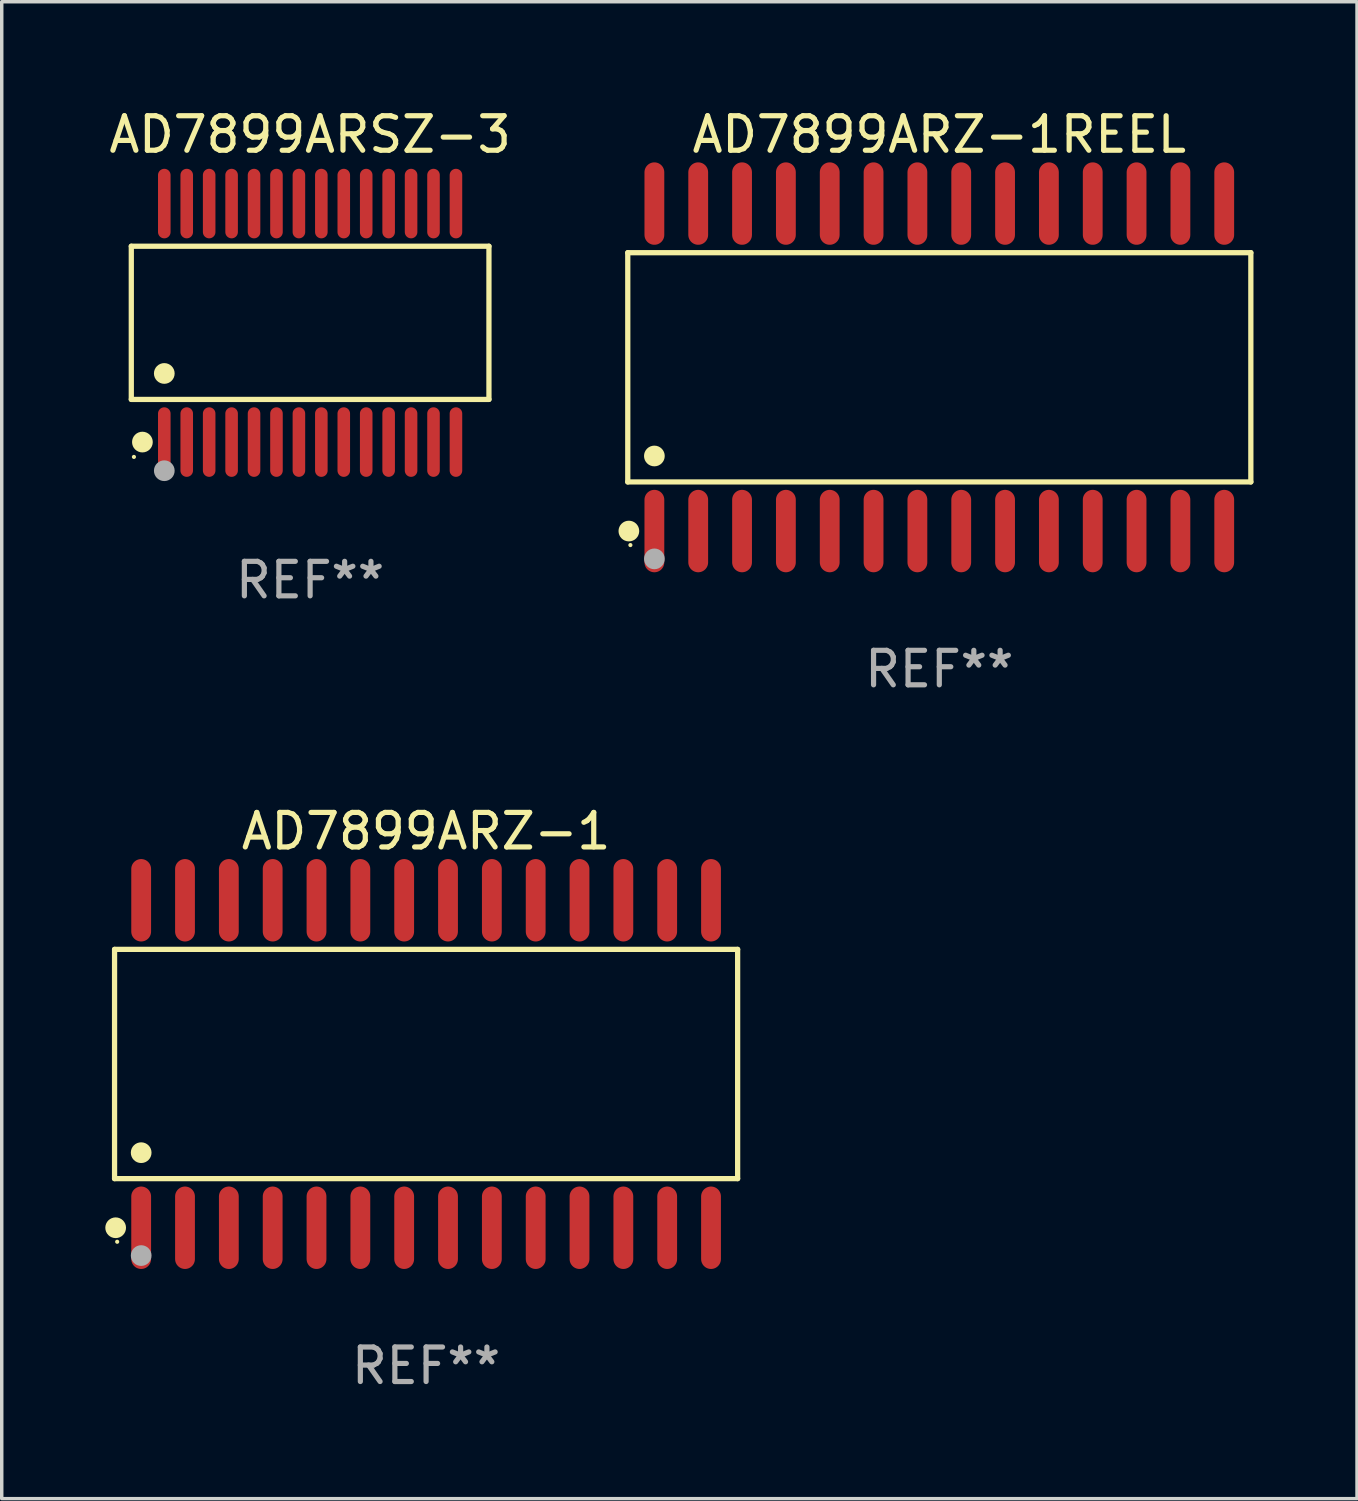
<source format=kicad_pcb>
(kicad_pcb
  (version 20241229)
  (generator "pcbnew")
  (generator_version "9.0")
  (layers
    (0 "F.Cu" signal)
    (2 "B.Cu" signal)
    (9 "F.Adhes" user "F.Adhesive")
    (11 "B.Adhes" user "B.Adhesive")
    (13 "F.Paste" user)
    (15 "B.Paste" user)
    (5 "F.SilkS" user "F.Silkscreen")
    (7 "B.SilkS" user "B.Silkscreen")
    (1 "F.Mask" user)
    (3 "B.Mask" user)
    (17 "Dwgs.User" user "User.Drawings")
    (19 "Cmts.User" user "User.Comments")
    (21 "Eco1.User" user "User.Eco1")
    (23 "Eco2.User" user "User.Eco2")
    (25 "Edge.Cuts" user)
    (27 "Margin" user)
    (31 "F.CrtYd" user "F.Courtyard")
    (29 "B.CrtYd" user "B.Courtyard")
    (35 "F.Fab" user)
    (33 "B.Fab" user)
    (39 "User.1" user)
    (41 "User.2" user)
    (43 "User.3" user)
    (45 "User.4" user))
  (footprint "AD7899ARZ-1REEL"
    (layer "F.Cu")
    (at 24.164 7.592)
    (property "Reference" "AD7899ARZ-1REEL" (at 0 -6.744 0) (layer "F.SilkS") (effects (font (size 1 1) (thickness 0.15))))
    (attr through_hole)
    (fp_line (start -9.026 -3.321) (end 9.026 -3.321) (stroke (width 0.152) (type solid)) (layer "F.SilkS"))
    (fp_line (start -9.026 3.321) (end -9.026 -3.321) (stroke (width 0.152) (type solid)) (layer "F.SilkS"))
    (fp_line (start 9.026 -3.321) (end 9.026 3.321) (stroke (width 0.152) (type solid)) (layer "F.SilkS"))
    (fp_line (start 9.026 3.321) (end -9.026 3.321) (stroke (width 0.152) (type solid)) (layer "F.SilkS"))
    (fp_circle (center -8.994 4.744) (end -8.844 4.744) (stroke (width 0.3) (type solid)) (fill no) (layer "F.SilkS"))
    (fp_circle (center -8.95 5.15) (end -8.92 5.15) (stroke (width 0.06) (type solid)) (fill no) (layer "F.SilkS"))
    (fp_circle (center -8.255 2.569) (end -8.105 2.569) (stroke (width 0.3) (type solid)) (fill no) (layer "F.SilkS"))
    (fp_circle (center -8.255 5.55) (end -8.105 5.55) (stroke (width 0.3) (type solid)) (fill no) (layer "F.Fab"))
    (fp_text user "REF**" (at 0 8.744 0) (layer "F.Fab") (effects (font (size 1 1) (thickness 0.15))))
    (pad "1" smd oval (at -8.255 4.744) (size 0.574 2.388) (layers "F.Cu" "F.Mask" "F.Paste"))
    (pad "2" smd oval (at -6.985 4.744) (size 0.574 2.388) (layers "F.Cu" "F.Mask" "F.Paste"))
    (pad "3" smd oval (at -5.715 4.744) (size 0.574 2.388) (layers "F.Cu" "F.Mask" "F.Paste"))
    (pad "4" smd oval (at -4.445 4.744) (size 0.574 2.388) (layers "F.Cu" "F.Mask" "F.Paste"))
    (pad "5" smd oval (at -3.175 4.744) (size 0.574 2.388) (layers "F.Cu" "F.Mask" "F.Paste"))
    (pad "6" smd oval (at -1.905 4.744) (size 0.574 2.388) (layers "F.Cu" "F.Mask" "F.Paste"))
    (pad "7" smd oval (at -0.635 4.744) (size 0.574 2.388) (layers "F.Cu" "F.Mask" "F.Paste"))
    (pad "8" smd oval (at 0.635 4.744) (size 0.574 2.388) (layers "F.Cu" "F.Mask" "F.Paste"))
    (pad "9" smd oval (at 1.905 4.744) (size 0.574 2.388) (layers "F.Cu" "F.Mask" "F.Paste"))
    (pad "10" smd oval (at 3.175 4.744) (size 0.574 2.388) (layers "F.Cu" "F.Mask" "F.Paste"))
    (pad "11" smd oval (at 4.445 4.744) (size 0.574 2.388) (layers "F.Cu" "F.Mask" "F.Paste"))
    (pad "12" smd oval (at 5.715 4.744) (size 0.574 2.388) (layers "F.Cu" "F.Mask" "F.Paste"))
    (pad "13" smd oval (at 6.985 4.744) (size 0.574 2.388) (layers "F.Cu" "F.Mask" "F.Paste"))
    (pad "14" smd oval (at 8.255 4.744) (size 0.574 2.388) (layers "F.Cu" "F.Mask" "F.Paste"))
    (pad "15" smd oval (at 8.255 -4.744) (size 0.574 2.388) (layers "F.Cu" "F.Mask" "F.Paste"))
    (pad "16" smd oval (at 6.985 -4.744) (size 0.574 2.388) (layers "F.Cu" "F.Mask" "F.Paste"))
    (pad "17" smd oval (at 5.715 -4.744) (size 0.574 2.388) (layers "F.Cu" "F.Mask" "F.Paste"))
    (pad "18" smd oval (at 4.445 -4.744) (size 0.574 2.388) (layers "F.Cu" "F.Mask" "F.Paste"))
    (pad "19" smd oval (at 3.175 -4.744) (size 0.574 2.388) (layers "F.Cu" "F.Mask" "F.Paste"))
    (pad "20" smd oval (at 1.905 -4.744) (size 0.574 2.388) (layers "F.Cu" "F.Mask" "F.Paste"))
    (pad "21" smd oval (at 0.635 -4.744) (size 0.574 2.388) (layers "F.Cu" "F.Mask" "F.Paste"))
    (pad "22" smd oval (at -0.635 -4.744) (size 0.574 2.388) (layers "F.Cu" "F.Mask" "F.Paste"))
    (pad "23" smd oval (at -1.905 -4.744) (size 0.574 2.388) (layers "F.Cu" "F.Mask" "F.Paste"))
    (pad "24" smd oval (at -3.175 -4.744) (size 0.574 2.388) (layers "F.Cu" "F.Mask" "F.Paste"))
    (pad "25" smd oval (at -4.445 -4.744) (size 0.574 2.388) (layers "F.Cu" "F.Mask" "F.Paste"))
    (pad "26" smd oval (at -5.715 -4.744) (size 0.574 2.388) (layers "F.Cu" "F.Mask" "F.Paste"))
    (pad "27" smd oval (at -6.985 -4.744) (size 0.574 2.388) (layers "F.Cu" "F.Mask" "F.Paste"))
    (pad "28" smd oval (at -8.255 -4.744) (size 0.574 2.388) (layers "F.Cu" "F.Mask" "F.Paste")))
  (footprint "AD7899ARSZ-3"
    (layer "F.Cu")
    (at 5.935 6.303)
    (property "Reference" "AD7899ARSZ-3" (at 0 -5.455 0) (layer "F.SilkS") (effects (font (size 1 1) (thickness 0.15))))
    (attr through_hole)
    (fp_line (start -5.181 -2.219) (end 5.181 -2.219) (stroke (width 0.152) (type solid)) (layer "F.SilkS"))
    (fp_line (start -5.181 2.219) (end -5.181 -2.219) (stroke (width 0.152) (type solid)) (layer "F.SilkS"))
    (fp_line (start 5.181 -2.219) (end 5.181 2.219) (stroke (width 0.152) (type solid)) (layer "F.SilkS"))
    (fp_line (start 5.181 2.219) (end -5.181 2.219) (stroke (width 0.152) (type solid)) (layer "F.SilkS"))
    (fp_circle (center -5.105 3.885) (end -5.075 3.885) (stroke (width 0.06) (type solid)) (fill no) (layer "F.SilkS"))
    (fp_circle (center -4.859 3.455) (end -4.709 3.455) (stroke (width 0.3) (type solid)) (fill no) (layer "F.SilkS"))
    (fp_circle (center -4.225 1.467) (end -4.075 1.467) (stroke (width 0.3) (type solid)) (fill no) (layer "F.SilkS"))
    (fp_circle (center -4.225 4.285) (end -4.075 4.285) (stroke (width 0.3) (type solid)) (fill no) (layer "F.Fab"))
    (fp_text user "REF**" (at 0 7.455 0) (layer "F.Fab") (effects (font (size 1 1) (thickness 0.15))))
    (pad "1" smd oval (at -4.225 3.455) (size 0.364 2.015) (layers "F.Cu" "F.Mask" "F.Paste"))
    (pad "2" smd oval (at -3.575 3.455) (size 0.364 2.015) (layers "F.Cu" "F.Mask" "F.Paste"))
    (pad "3" smd oval (at -2.925 3.455) (size 0.364 2.015) (layers "F.Cu" "F.Mask" "F.Paste"))
    (pad "4" smd oval (at -2.275 3.455) (size 0.364 2.015) (layers "F.Cu" "F.Mask" "F.Paste"))
    (pad "5" smd oval (at -1.625 3.455) (size 0.364 2.015) (layers "F.Cu" "F.Mask" "F.Paste"))
    (pad "6" smd oval (at -0.975 3.455) (size 0.364 2.015) (layers "F.Cu" "F.Mask" "F.Paste"))
    (pad "7" smd oval (at -0.325 3.455) (size 0.364 2.015) (layers "F.Cu" "F.Mask" "F.Paste"))
    (pad "8" smd oval (at 0.325 3.455) (size 0.364 2.015) (layers "F.Cu" "F.Mask" "F.Paste"))
    (pad "9" smd oval (at 0.975 3.455) (size 0.364 2.015) (layers "F.Cu" "F.Mask" "F.Paste"))
    (pad "10" smd oval (at 1.625 3.455) (size 0.364 2.015) (layers "F.Cu" "F.Mask" "F.Paste"))
    (pad "11" smd oval (at 2.275 3.455) (size 0.364 2.015) (layers "F.Cu" "F.Mask" "F.Paste"))
    (pad "12" smd oval (at 2.925 3.455) (size 0.364 2.015) (layers "F.Cu" "F.Mask" "F.Paste"))
    (pad "13" smd oval (at 3.575 3.455) (size 0.364 2.015) (layers "F.Cu" "F.Mask" "F.Paste"))
    (pad "14" smd oval (at 4.225 3.455) (size 0.364 2.015) (layers "F.Cu" "F.Mask" "F.Paste"))
    (pad "15" smd oval (at 4.225 -3.455) (size 0.364 2.015) (layers "F.Cu" "F.Mask" "F.Paste"))
    (pad "16" smd oval (at 3.575 -3.455) (size 0.364 2.015) (layers "F.Cu" "F.Mask" "F.Paste"))
    (pad "17" smd oval (at 2.925 -3.455) (size 0.364 2.015) (layers "F.Cu" "F.Mask" "F.Paste"))
    (pad "18" smd oval (at 2.275 -3.455) (size 0.364 2.015) (layers "F.Cu" "F.Mask" "F.Paste"))
    (pad "19" smd oval (at 1.625 -3.455) (size 0.364 2.015) (layers "F.Cu" "F.Mask" "F.Paste"))
    (pad "20" smd oval (at 0.975 -3.455) (size 0.364 2.015) (layers "F.Cu" "F.Mask" "F.Paste"))
    (pad "21" smd oval (at 0.325 -3.455) (size 0.364 2.015) (layers "F.Cu" "F.Mask" "F.Paste"))
    (pad "22" smd oval (at -0.325 -3.455) (size 0.364 2.015) (layers "F.Cu" "F.Mask" "F.Paste"))
    (pad "23" smd oval (at -0.975 -3.455) (size 0.364 2.015) (layers "F.Cu" "F.Mask" "F.Paste"))
    (pad "24" smd oval (at -1.625 -3.455) (size 0.364 2.015) (layers "F.Cu" "F.Mask" "F.Paste"))
    (pad "25" smd oval (at -2.275 -3.455) (size 0.364 2.015) (layers "F.Cu" "F.Mask" "F.Paste"))
    (pad "26" smd oval (at -2.925 -3.455) (size 0.364 2.015) (layers "F.Cu" "F.Mask" "F.Paste"))
    (pad "27" smd oval (at -3.575 -3.455) (size 0.364 2.015) (layers "F.Cu" "F.Mask" "F.Paste"))
    (pad "28" smd oval (at -4.225 -3.455) (size 0.364 2.015) (layers "F.Cu" "F.Mask" "F.Paste")))
  (footprint "AD7899ARZ-1"
    (layer "F.Cu")
    (at 9.295 27.777)
    (property "Reference" "AD7899ARZ-1" (at 0 -6.744 0) (layer "F.SilkS") (effects (font (size 1 1) (thickness 0.15))))
    (attr through_hole)
    (fp_line (start -9.026 -3.321) (end 9.026 -3.321) (stroke (width 0.152) (type solid)) (layer "F.SilkS"))
    (fp_line (start -9.026 3.321) (end -9.026 -3.321) (stroke (width 0.152) (type solid)) (layer "F.SilkS"))
    (fp_line (start 9.026 -3.321) (end 9.026 3.321) (stroke (width 0.152) (type solid)) (layer "F.SilkS"))
    (fp_line (start 9.026 3.321) (end -9.026 3.321) (stroke (width 0.152) (type solid)) (layer "F.SilkS"))
    (fp_circle (center -8.994 4.744) (end -8.844 4.744) (stroke (width 0.3) (type solid)) (fill no) (layer "F.SilkS"))
    (fp_circle (center -8.95 5.15) (end -8.92 5.15) (stroke (width 0.06) (type solid)) (fill no) (layer "F.SilkS"))
    (fp_circle (center -8.255 2.569) (end -8.105 2.569) (stroke (width 0.3) (type solid)) (fill no) (layer "F.SilkS"))
    (fp_circle (center -8.255 5.55) (end -8.105 5.55) (stroke (width 0.3) (type solid)) (fill no) (layer "F.Fab"))
    (fp_text user "REF**" (at 0 8.744 0) (layer "F.Fab") (effects (font (size 1 1) (thickness 0.15))))
    (pad "1" smd oval (at -8.255 4.744) (size 0.574 2.388) (layers "F.Cu" "F.Mask" "F.Paste"))
    (pad "2" smd oval (at -6.985 4.744) (size 0.574 2.388) (layers "F.Cu" "F.Mask" "F.Paste"))
    (pad "3" smd oval (at -5.715 4.744) (size 0.574 2.388) (layers "F.Cu" "F.Mask" "F.Paste"))
    (pad "4" smd oval (at -4.445 4.744) (size 0.574 2.388) (layers "F.Cu" "F.Mask" "F.Paste"))
    (pad "5" smd oval (at -3.175 4.744) (size 0.574 2.388) (layers "F.Cu" "F.Mask" "F.Paste"))
    (pad "6" smd oval (at -1.905 4.744) (size 0.574 2.388) (layers "F.Cu" "F.Mask" "F.Paste"))
    (pad "7" smd oval (at -0.635 4.744) (size 0.574 2.388) (layers "F.Cu" "F.Mask" "F.Paste"))
    (pad "8" smd oval (at 0.635 4.744) (size 0.574 2.388) (layers "F.Cu" "F.Mask" "F.Paste"))
    (pad "9" smd oval (at 1.905 4.744) (size 0.574 2.388) (layers "F.Cu" "F.Mask" "F.Paste"))
    (pad "10" smd oval (at 3.175 4.744) (size 0.574 2.388) (layers "F.Cu" "F.Mask" "F.Paste"))
    (pad "11" smd oval (at 4.445 4.744) (size 0.574 2.388) (layers "F.Cu" "F.Mask" "F.Paste"))
    (pad "12" smd oval (at 5.715 4.744) (size 0.574 2.388) (layers "F.Cu" "F.Mask" "F.Paste"))
    (pad "13" smd oval (at 6.985 4.744) (size 0.574 2.388) (layers "F.Cu" "F.Mask" "F.Paste"))
    (pad "14" smd oval (at 8.255 4.744) (size 0.574 2.388) (layers "F.Cu" "F.Mask" "F.Paste"))
    (pad "15" smd oval (at 8.255 -4.744) (size 0.574 2.388) (layers "F.Cu" "F.Mask" "F.Paste"))
    (pad "16" smd oval (at 6.985 -4.744) (size 0.574 2.388) (layers "F.Cu" "F.Mask" "F.Paste"))
    (pad "17" smd oval (at 5.715 -4.744) (size 0.574 2.388) (layers "F.Cu" "F.Mask" "F.Paste"))
    (pad "18" smd oval (at 4.445 -4.744) (size 0.574 2.388) (layers "F.Cu" "F.Mask" "F.Paste"))
    (pad "19" smd oval (at 3.175 -4.744) (size 0.574 2.388) (layers "F.Cu" "F.Mask" "F.Paste"))
    (pad "20" smd oval (at 1.905 -4.744) (size 0.574 2.388) (layers "F.Cu" "F.Mask" "F.Paste"))
    (pad "21" smd oval (at 0.635 -4.744) (size 0.574 2.388) (layers "F.Cu" "F.Mask" "F.Paste"))
    (pad "22" smd oval (at -0.635 -4.744) (size 0.574 2.388) (layers "F.Cu" "F.Mask" "F.Paste"))
    (pad "23" smd oval (at -1.905 -4.744) (size 0.574 2.388) (layers "F.Cu" "F.Mask" "F.Paste"))
    (pad "24" smd oval (at -3.175 -4.744) (size 0.574 2.388) (layers "F.Cu" "F.Mask" "F.Paste"))
    (pad "25" smd oval (at -4.445 -4.744) (size 0.574 2.388) (layers "F.Cu" "F.Mask" "F.Paste"))
    (pad "26" smd oval (at -5.715 -4.744) (size 0.574 2.388) (layers "F.Cu" "F.Mask" "F.Paste"))
    (pad "27" smd oval (at -6.985 -4.744) (size 0.574 2.388) (layers "F.Cu" "F.Mask" "F.Paste"))
    (pad "28" smd oval (at -8.255 -4.744) (size 0.574 2.388) (layers "F.Cu" "F.Mask" "F.Paste")))
  (gr_rect
    (start -3 -3)
    (end 36.266 40.369)
    (stroke (width 0.1) (type default))
    (fill no)
    (layer "Edge.Cuts")))
</source>
